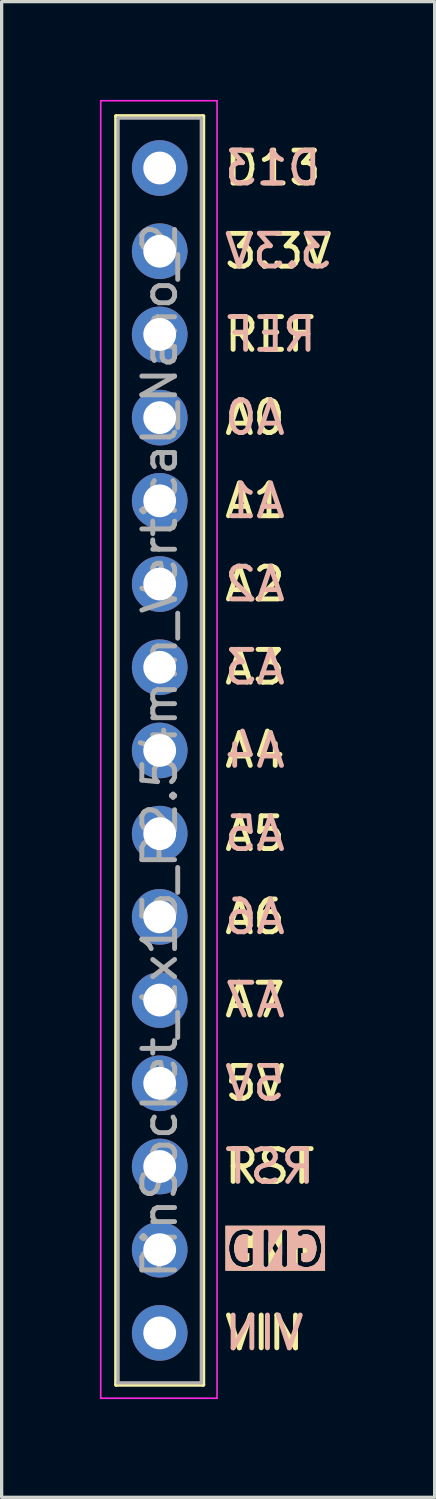
<source format=kicad_pcb>
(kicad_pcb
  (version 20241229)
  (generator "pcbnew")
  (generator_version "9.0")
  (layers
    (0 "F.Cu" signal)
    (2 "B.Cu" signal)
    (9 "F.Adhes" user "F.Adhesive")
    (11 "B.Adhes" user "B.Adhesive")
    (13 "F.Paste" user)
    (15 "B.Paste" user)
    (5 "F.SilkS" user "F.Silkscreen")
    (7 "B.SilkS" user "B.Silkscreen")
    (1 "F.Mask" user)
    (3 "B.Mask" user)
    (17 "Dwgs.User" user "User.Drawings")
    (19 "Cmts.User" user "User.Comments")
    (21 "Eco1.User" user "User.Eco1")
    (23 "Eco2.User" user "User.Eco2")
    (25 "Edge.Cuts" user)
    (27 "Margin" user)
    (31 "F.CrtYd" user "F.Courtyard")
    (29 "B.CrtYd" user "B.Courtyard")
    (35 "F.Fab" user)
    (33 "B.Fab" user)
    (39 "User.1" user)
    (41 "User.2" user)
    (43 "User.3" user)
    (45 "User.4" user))
  (footprint "PinSocket_1x15_P2.54mm_Vertical_Nano_2"
    (layer "F.Cu")
    (at 1.825 2.079)
    (property "Reference" "PinSocket_1x15_P2.54mm_Vertical_Nano_2" (at 0 17.78 90) (layer "F.Fab") (effects (font (size 1 1) (thickness 0.15))))
    (attr through_hole)
    (fp_line (start -1.33 -1.584) (end -1.33 37.144) (stroke (width 0.12) (type solid)) (layer "F.SilkS"))
    (fp_line (start -1.33 -1.584) (end 1.33 -1.584) (stroke (width 0.12) (type solid)) (layer "F.SilkS"))
    (fp_line (start -1.33 37.144) (end 1.33 37.144) (stroke (width 0.12) (type solid)) (layer "F.SilkS"))
    (fp_line (start 1.33 -1.584) (end 1.33 37.144) (stroke (width 0.12) (type solid)) (layer "F.SilkS"))
    (fp_line (start -1.8 -2.054) (end 1.75 -2.054) (stroke (width 0.05) (type solid)) (layer "F.CrtYd"))
    (fp_line (start -1.8 37.554) (end -1.8 -2.054) (stroke (width 0.05) (type solid)) (layer "F.CrtYd"))
    (fp_line (start 1.75 -2.054) (end 1.75 37.554) (stroke (width 0.05) (type solid)) (layer "F.CrtYd"))
    (fp_line (start 1.75 37.554) (end -1.8 37.554) (stroke (width 0.05) (type solid)) (layer "F.CrtYd"))
    (fp_line (start -1.27 -1.524) (end 1.27 -1.524) (stroke (width 0.1) (type solid)) (layer "F.Fab"))
    (fp_line (start -1.27 37.084) (end -1.27 -1.524) (stroke (width 0.1) (type solid)) (layer "F.Fab"))
    (fp_line (start 1.27 -1.524) (end 1.27 37.084) (stroke (width 0.1) (type solid)) (layer "F.Fab"))
    (fp_line (start 1.27 37.084) (end -1.27 37.084) (stroke (width 0.1) (type solid)) (layer "F.Fab"))
    (fp_text user "A4" (at 1.905 17.78 0) (unlocked yes) (layer "F.SilkS") (effects (font (size 1 1) (thickness 0.15)) (justify left)))
    (fp_text user "REF" (at 1.905 5.08 0) (unlocked yes) (layer "F.SilkS") (effects (font (size 1 1) (thickness 0.15)) (justify left)))
    (fp_text user "5V" (at 1.905 27.94 0) (unlocked yes) (layer "F.SilkS") (effects (font (size 1 1) (thickness 0.15)) (justify left)))
    (fp_text user "A1" (at 1.905 10.16 0) (unlocked yes) (layer "F.SilkS") (effects (font (size 1 1) (thickness 0.15)) (justify left)))
    (fp_text user "A0" (at 1.905 7.62 0) (unlocked yes) (layer "F.SilkS") (effects (font (size 1 1) (thickness 0.15)) (justify left)))
    (fp_text user "VIN" (at 1.905 35.56 0) (unlocked yes) (layer "F.SilkS") (effects (font (size 1 1) (thickness 0.15)) (justify left)))
    (fp_text user "GND" (at 1.905 33.02 0) (unlocked yes) (layer "F.SilkS" knockout) (effects (font (size 1 1) (thickness 0.15)) (justify left)))
    (fp_text user "3.3V" (at 1.905 2.54 0) (unlocked yes) (layer "F.SilkS") (effects (font (size 1 1) (thickness 0.15)) (justify left)))
    (fp_text user "A6" (at 1.905 22.86 0) (unlocked yes) (layer "F.SilkS") (effects (font (size 1 1) (thickness 0.15)) (justify left)))
    (fp_text user "A7" (at 1.905 25.4 0) (unlocked yes) (layer "F.SilkS") (effects (font (size 1 1) (thickness 0.15)) (justify left)))
    (fp_text user "A5" (at 1.905 20.32 0) (unlocked yes) (layer "F.SilkS") (effects (font (size 1 1) (thickness 0.15)) (justify left)))
    (fp_text user "A2" (at 1.905 12.7 0) (unlocked yes) (layer "F.SilkS") (effects (font (size 1 1) (thickness 0.15)) (justify left)))
    (fp_text user "RST" (at 1.905 30.48 0) (unlocked yes) (layer "F.SilkS") (effects (font (size 1 1) (thickness 0.15)) (justify left)))
    (fp_text user "D13" (at 1.905 0 0) (unlocked yes) (layer "F.SilkS") (effects (font (size 1 1) (thickness 0.15)) (justify left)))
    (fp_text user "A3" (at 1.905 15.24 0) (unlocked yes) (layer "F.SilkS") (effects (font (size 1 1) (thickness 0.15)) (justify left)))
    (fp_text user "REF" (at 1.905 5.08 0) (unlocked yes) (layer "B.SilkS") (effects (font (size 1 1) (thickness 0.15)) (justify right mirror)))
    (fp_text user "VIN" (at 1.905 35.56 0) (unlocked yes) (layer "B.SilkS") (effects (font (size 1 1) (thickness 0.15)) (justify right mirror)))
    (fp_text user "A4" (at 1.905 17.78 0) (unlocked yes) (layer "B.SilkS") (effects (font (size 1 1) (thickness 0.15)) (justify right mirror)))
    (fp_text user "GND" (at 1.905 33.02 0) (unlocked yes) (layer "B.SilkS" knockout) (effects (font (size 1 1) (thickness 0.15)) (justify right mirror)))
    (fp_text user "A1" (at 1.905 10.16 0) (unlocked yes) (layer "B.SilkS") (effects (font (size 1 1) (thickness 0.15)) (justify right mirror)))
    (fp_text user "RST" (at 1.905 30.48 0) (unlocked yes) (layer "B.SilkS") (effects (font (size 1 1) (thickness 0.15)) (justify right mirror)))
    (fp_text user "D13" (at 1.905 0 0) (unlocked yes) (layer "B.SilkS") (effects (font (size 1 1) (thickness 0.15)) (justify right mirror)))
    (fp_text user "3.3V" (at 1.897 2.537 0) (unlocked yes) (layer "B.SilkS") (effects (font (size 1 1) (thickness 0.15)) (justify right mirror)))
    (fp_text user "A6" (at 1.905 22.86 0) (unlocked yes) (layer "B.SilkS") (effects (font (size 1 1) (thickness 0.15)) (justify right mirror)))
    (fp_text user "A0" (at 1.905 7.62 0) (unlocked yes) (layer "B.SilkS") (effects (font (size 1 1) (thickness 0.15)) (justify right mirror)))
    (fp_text user "A7" (at 1.905 25.4 0) (unlocked yes) (layer "B.SilkS") (effects (font (size 1 1) (thickness 0.15)) (justify right mirror)))
    (fp_text user "5V" (at 1.905 27.94 0) (unlocked yes) (layer "B.SilkS") (effects (font (size 1 1) (thickness 0.15)) (justify right mirror)))
    (fp_text user "A3" (at 1.905 15.24 0) (unlocked yes) (layer "B.SilkS") (effects (font (size 1 1) (thickness 0.15)) (justify right mirror)))
    (fp_text user "A2" (at 1.905 12.7 0) (unlocked yes) (layer "B.SilkS") (effects (font (size 1 1) (thickness 0.15)) (justify right mirror)))
    (fp_text user "A5" (at 1.905 20.32 0) (unlocked yes) (layer "B.SilkS") (effects (font (size 1 1) (thickness 0.15)) (justify right mirror)))
    (pad "1" thru_hole circle (at 0 0) (size 1.7 1.7) (drill 1) (layers "*.Cu" "*.Mask"))
    (pad "2" thru_hole circle (at 0 2.54) (size 1.7 1.7) (drill 1) (layers "*.Cu" "*.Mask"))
    (pad "3" thru_hole circle (at 0 5.08) (size 1.7 1.7) (drill 1) (layers "*.Cu" "*.Mask"))
    (pad "4" thru_hole circle (at 0 7.62) (size 1.7 1.7) (drill 1) (layers "*.Cu" "*.Mask"))
    (pad "5" thru_hole circle (at 0 10.16) (size 1.7 1.7) (drill 1) (layers "*.Cu" "*.Mask"))
    (pad "6" thru_hole circle (at 0 12.7) (size 1.7 1.7) (drill 1) (layers "*.Cu" "*.Mask"))
    (pad "7" thru_hole circle (at 0 15.24) (size 1.7 1.7) (drill 1) (layers "*.Cu" "*.Mask"))
    (pad "8" thru_hole circle (at 0 17.78) (size 1.7 1.7) (drill 1) (layers "*.Cu" "*.Mask"))
    (pad "9" thru_hole circle (at 0 20.32) (size 1.7 1.7) (drill 1) (layers "*.Cu" "*.Mask"))
    (pad "10" thru_hole circle (at 0 22.86) (size 1.7 1.7) (drill 1) (layers "*.Cu" "*.Mask"))
    (pad "11" thru_hole circle (at 0 25.4) (size 1.7 1.7) (drill 1) (layers "*.Cu" "*.Mask"))
    (pad "12" thru_hole circle (at 0 27.94) (size 1.7 1.7) (drill 1) (layers "*.Cu" "*.Mask"))
    (pad "13" thru_hole circle (at 0 30.48) (size 1.7 1.7) (drill 1) (layers "*.Cu" "*.Mask"))
    (pad "14" thru_hole circle (at 0 33.02) (size 1.7 1.7) (drill 1) (layers "*.Cu" "*.Mask"))
    (pad "15" thru_hole circle (at 0 35.56) (size 1.7 1.7) (drill 1) (layers "*.Cu" "*.Mask")))
  (gr_rect
    (start -3 -3)
    (end 10.218 42.658)
    (stroke (width 0.1) (type default))
    (fill no)
    (layer "Edge.Cuts")))
</source>
